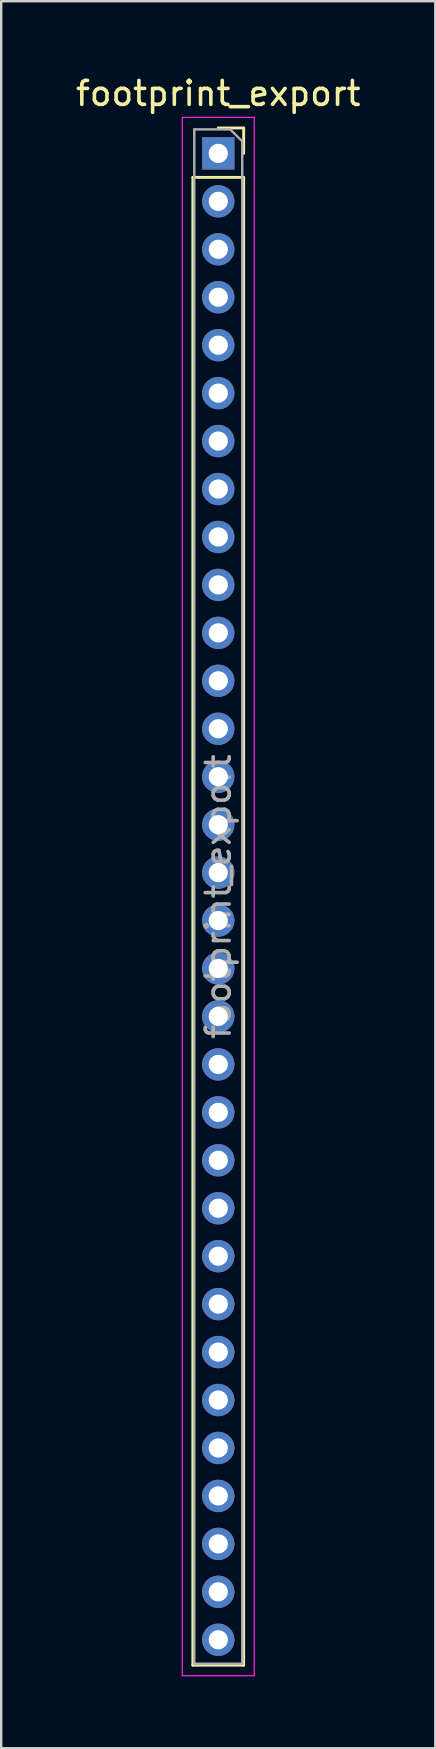
<source format=kicad_pcb>
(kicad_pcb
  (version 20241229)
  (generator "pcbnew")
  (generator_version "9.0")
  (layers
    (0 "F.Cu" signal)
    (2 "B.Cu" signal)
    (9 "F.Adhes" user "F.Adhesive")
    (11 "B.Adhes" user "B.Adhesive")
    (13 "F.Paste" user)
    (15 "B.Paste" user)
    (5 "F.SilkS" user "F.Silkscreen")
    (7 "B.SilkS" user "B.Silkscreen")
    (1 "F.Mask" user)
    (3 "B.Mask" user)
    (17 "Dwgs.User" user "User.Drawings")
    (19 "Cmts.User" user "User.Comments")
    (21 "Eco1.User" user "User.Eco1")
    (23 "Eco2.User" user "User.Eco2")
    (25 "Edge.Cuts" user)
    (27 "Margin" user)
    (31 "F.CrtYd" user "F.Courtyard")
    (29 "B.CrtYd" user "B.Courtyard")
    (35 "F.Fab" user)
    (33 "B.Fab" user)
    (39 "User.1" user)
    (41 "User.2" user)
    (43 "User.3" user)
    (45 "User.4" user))
  (footprint "footprint_export"
    (layer "F.Cu")
    (at 6.054 3.348)
    (property "Reference" "footprint_export" (at 0 -2.5 0) (layer "F.SilkS") (effects (font (size 1 1) (thickness 0.15))))
    (attr through_hole)
    (fp_line (start -1.06 1) (end -1.06 63.06) (stroke (width 0.12) (type solid)) (layer "F.SilkS"))
    (fp_line (start -1.06 1) (end 1.06 1) (stroke (width 0.12) (type solid)) (layer "F.SilkS"))
    (fp_line (start -1.06 63.06) (end 1.06 63.06) (stroke (width 0.12) (type solid)) (layer "F.SilkS"))
    (fp_line (start 0 -1.06) (end 1.06 -1.06) (stroke (width 0.12) (type solid)) (layer "F.SilkS"))
    (fp_line (start 1.06 -1.06) (end 1.06 0) (stroke (width 0.12) (type solid)) (layer "F.SilkS"))
    (fp_line (start 1.06 1) (end 1.06 63.06) (stroke (width 0.12) (type solid)) (layer "F.SilkS"))
    (fp_line (start -1.5 -1.5) (end 1.5 -1.5) (stroke (width 0.05) (type solid)) (layer "F.CrtYd"))
    (fp_line (start -1.5 63.5) (end -1.5 -1.5) (stroke (width 0.05) (type solid)) (layer "F.CrtYd"))
    (fp_line (start 1.5 -1.5) (end 1.5 63.5) (stroke (width 0.05) (type solid)) (layer "F.CrtYd"))
    (fp_line (start 1.5 63.5) (end -1.5 63.5) (stroke (width 0.05) (type solid)) (layer "F.CrtYd"))
    (fp_line (start -1 -1) (end 0.5 -1) (stroke (width 0.1) (type solid)) (layer "F.Fab"))
    (fp_line (start -1 63) (end -1 -1) (stroke (width 0.1) (type solid)) (layer "F.Fab"))
    (fp_line (start 0.5 -1) (end 1 -0.5) (stroke (width 0.1) (type solid)) (layer "F.Fab"))
    (fp_line (start 1 -0.5) (end 1 63) (stroke (width 0.1) (type solid)) (layer "F.Fab"))
    (fp_line (start 1 63) (end -1 63) (stroke (width 0.1) (type solid)) (layer "F.Fab"))
    (fp_text user "${REFERENCE}" (at 0 31 90) (layer "F.Fab") (effects (font (size 1 1) (thickness 0.15))))
    (pad "1" thru_hole rect (at 0 0) (size 1.35 1.35) (drill 0.8) (layers "*.Cu" "*.Mask"))
    (pad "2" thru_hole oval (at 0 2) (size 1.35 1.35) (drill 0.8) (layers "*.Cu" "*.Mask"))
    (pad "3" thru_hole oval (at 0 4) (size 1.35 1.35) (drill 0.8) (layers "*.Cu" "*.Mask"))
    (pad "4" thru_hole oval (at 0 6) (size 1.35 1.35) (drill 0.8) (layers "*.Cu" "*.Mask"))
    (pad "5" thru_hole oval (at 0 8) (size 1.35 1.35) (drill 0.8) (layers "*.Cu" "*.Mask"))
    (pad "6" thru_hole oval (at 0 10) (size 1.35 1.35) (drill 0.8) (layers "*.Cu" "*.Mask"))
    (pad "7" thru_hole oval (at 0 12) (size 1.35 1.35) (drill 0.8) (layers "*.Cu" "*.Mask"))
    (pad "8" thru_hole oval (at 0 14) (size 1.35 1.35) (drill 0.8) (layers "*.Cu" "*.Mask"))
    (pad "9" thru_hole oval (at 0 16) (size 1.35 1.35) (drill 0.8) (layers "*.Cu" "*.Mask"))
    (pad "10" thru_hole oval (at 0 18) (size 1.35 1.35) (drill 0.8) (layers "*.Cu" "*.Mask"))
    (pad "11" thru_hole oval (at 0 20) (size 1.35 1.35) (drill 0.8) (layers "*.Cu" "*.Mask"))
    (pad "12" thru_hole oval (at 0 22) (size 1.35 1.35) (drill 0.8) (layers "*.Cu" "*.Mask"))
    (pad "13" thru_hole oval (at 0 24) (size 1.35 1.35) (drill 0.8) (layers "*.Cu" "*.Mask"))
    (pad "14" thru_hole oval (at 0 26) (size 1.35 1.35) (drill 0.8) (layers "*.Cu" "*.Mask"))
    (pad "15" thru_hole oval (at 0 28) (size 1.35 1.35) (drill 0.8) (layers "*.Cu" "*.Mask"))
    (pad "16" thru_hole oval (at 0 30) (size 1.35 1.35) (drill 0.8) (layers "*.Cu" "*.Mask"))
    (pad "17" thru_hole oval (at 0 32) (size 1.35 1.35) (drill 0.8) (layers "*.Cu" "*.Mask"))
    (pad "18" thru_hole oval (at 0 34) (size 1.35 1.35) (drill 0.8) (layers "*.Cu" "*.Mask"))
    (pad "19" thru_hole oval (at 0 36) (size 1.35 1.35) (drill 0.8) (layers "*.Cu" "*.Mask"))
    (pad "20" thru_hole oval (at 0 38) (size 1.35 1.35) (drill 0.8) (layers "*.Cu" "*.Mask"))
    (pad "21" thru_hole oval (at 0 40) (size 1.35 1.35) (drill 0.8) (layers "*.Cu" "*.Mask"))
    (pad "22" thru_hole oval (at 0 42) (size 1.35 1.35) (drill 0.8) (layers "*.Cu" "*.Mask"))
    (pad "23" thru_hole oval (at 0 44) (size 1.35 1.35) (drill 0.8) (layers "*.Cu" "*.Mask"))
    (pad "24" thru_hole oval (at 0 46) (size 1.35 1.35) (drill 0.8) (layers "*.Cu" "*.Mask"))
    (pad "25" thru_hole oval (at 0 48) (size 1.35 1.35) (drill 0.8) (layers "*.Cu" "*.Mask"))
    (pad "26" thru_hole oval (at 0 50) (size 1.35 1.35) (drill 0.8) (layers "*.Cu" "*.Mask"))
    (pad "27" thru_hole oval (at 0 52) (size 1.35 1.35) (drill 0.8) (layers "*.Cu" "*.Mask"))
    (pad "28" thru_hole oval (at 0 54) (size 1.35 1.35) (drill 0.8) (layers "*.Cu" "*.Mask"))
    (pad "29" thru_hole oval (at 0 56) (size 1.35 1.35) (drill 0.8) (layers "*.Cu" "*.Mask"))
    (pad "30" thru_hole oval (at 0 58) (size 1.35 1.35) (drill 0.8) (layers "*.Cu" "*.Mask"))
    (pad "31" thru_hole oval (at 0 60) (size 1.35 1.35) (drill 0.8) (layers "*.Cu" "*.Mask"))
    (pad "32" thru_hole oval (at 0 62) (size 1.35 1.35) (drill 0.8) (layers "*.Cu" "*.Mask")))
  (gr_rect
    (start -3 -3)
    (end 15.107 69.873)
    (stroke (width 0.1) (type default))
    (fill no)
    (layer "Edge.Cuts")))
</source>
